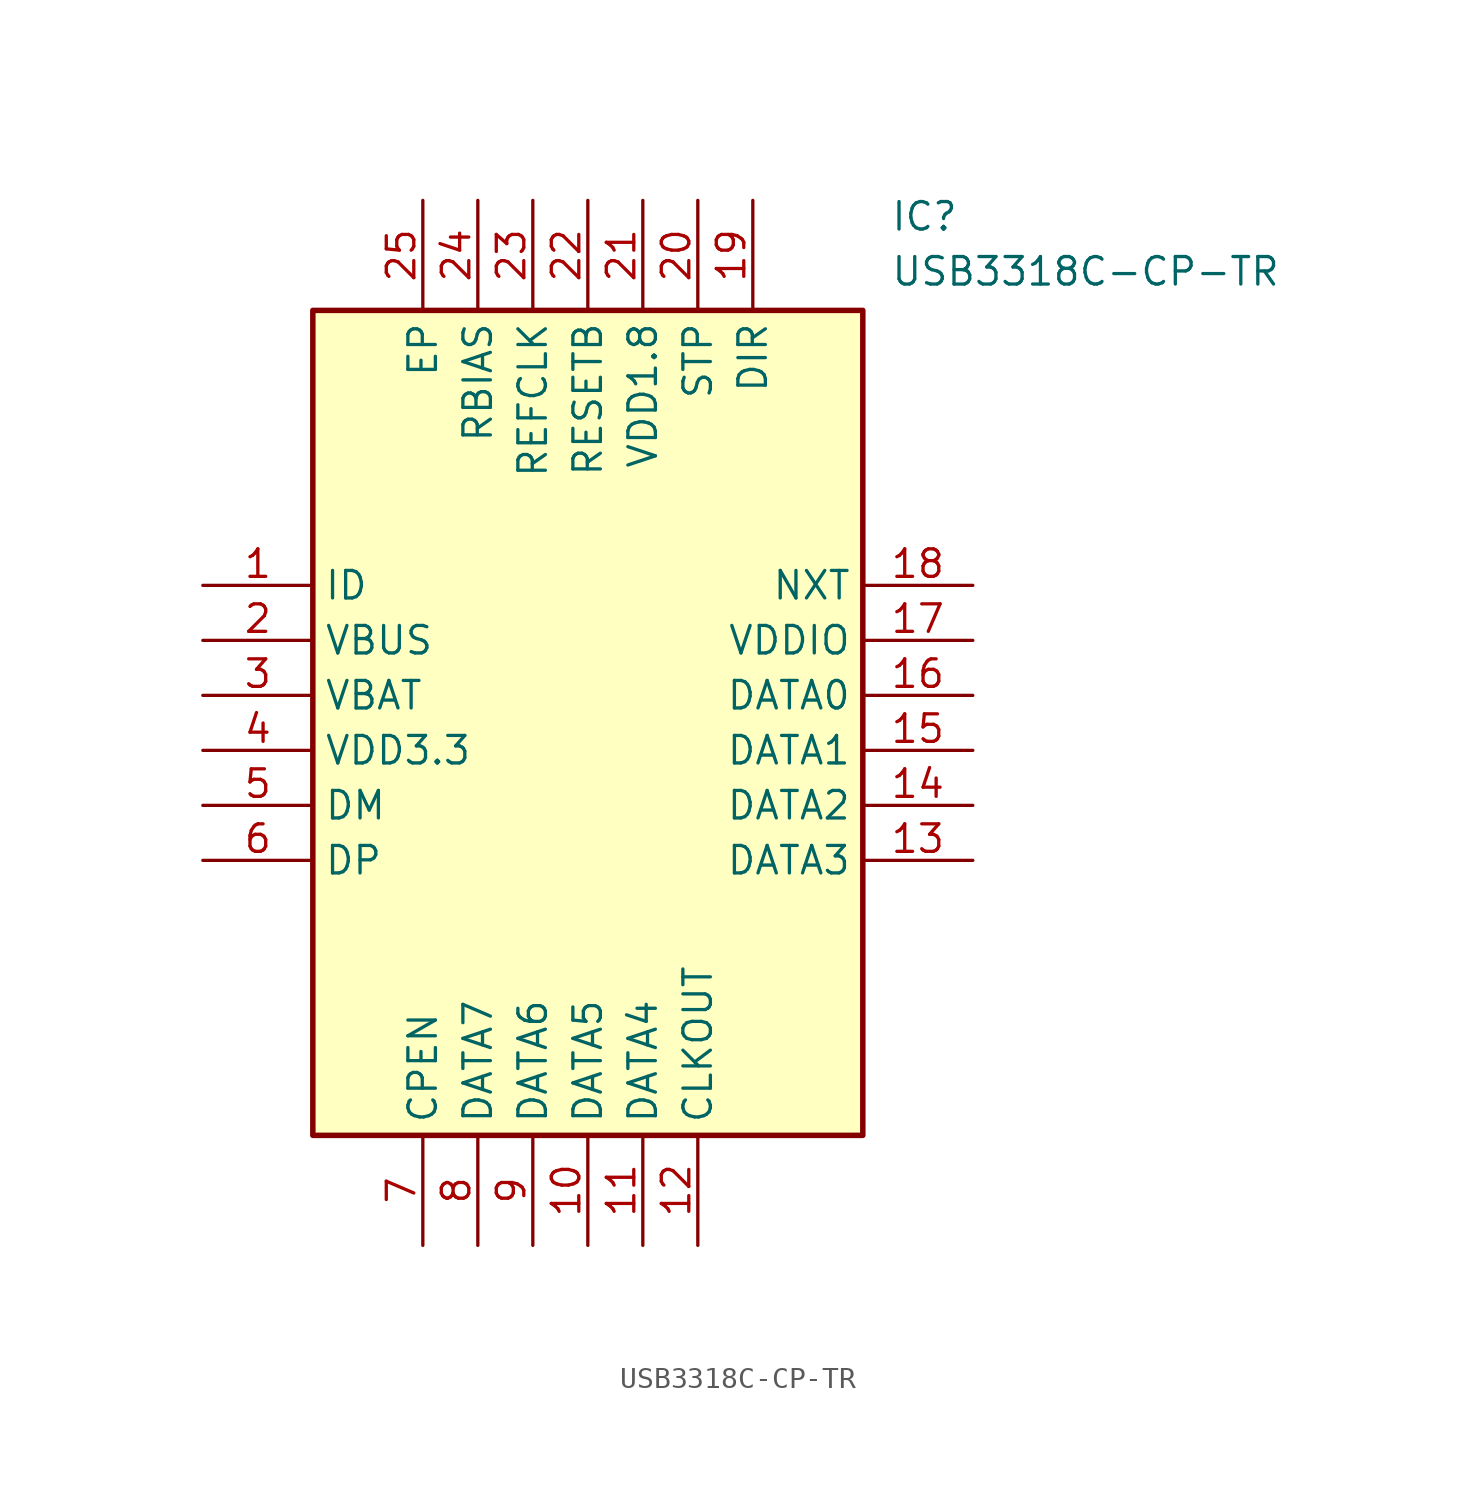
<source format=kicad_sym>
(kicad_symbol_lib
  (version 20211014)
  (generator SamacSys_ECAD_Model)
  (symbol "USB3318C-CP-TR"
    (property "Reference" "IC"
      (at 31.75 17.78 0)
      (effects (font (size 1.27 1.27)) (justify left top)))
    (property "Value" "USB3318C-CP-TR"
      (at 31.75 15.24 0)
      (effects (font (size 1.27 1.27)) (justify left top)))
    (rectangle
      (start 5.08 12.7)
      (end 30.48 -25.4)
      (stroke (width 0.254) (type default))
      (fill (type background)))
    (pin passive line
      (at 0 0 0)
      (length 5.08)
      (name "ID" (effects (font (size 1.27 1.27))))
      (number "1" (effects (font (size 1.27 1.27)))))
    (pin passive line
      (at 0 -2.54 0)
      (length 5.08)
      (name "VBUS" (effects (font (size 1.27 1.27))))
      (number "2" (effects (font (size 1.27 1.27)))))
    (pin passive line
      (at 0 -5.08 0)
      (length 5.08)
      (name "VBAT" (effects (font (size 1.27 1.27))))
      (number "3" (effects (font (size 1.27 1.27)))))
    (pin passive line
      (at 0 -7.62 0)
      (length 5.08)
      (name "VDD3.3" (effects (font (size 1.27 1.27))))
      (number "4" (effects (font (size 1.27 1.27)))))
    (pin passive line
      (at 0 -10.16 0)
      (length 5.08)
      (name "DM" (effects (font (size 1.27 1.27))))
      (number "5" (effects (font (size 1.27 1.27)))))
    (pin passive line
      (at 0 -12.7 0)
      (length 5.08)
      (name "DP" (effects (font (size 1.27 1.27))))
      (number "6" (effects (font (size 1.27 1.27)))))
    (pin passive line
      (at 10.16 -30.48 90)
      (length 5.08)
      (name "CPEN" (effects (font (size 1.27 1.27))))
      (number "7" (effects (font (size 1.27 1.27)))))
    (pin passive line
      (at 12.7 -30.48 90)
      (length 5.08)
      (name "DATA7" (effects (font (size 1.27 1.27))))
      (number "8" (effects (font (size 1.27 1.27)))))
    (pin passive line
      (at 15.24 -30.48 90)
      (length 5.08)
      (name "DATA6" (effects (font (size 1.27 1.27))))
      (number "9" (effects (font (size 1.27 1.27)))))
    (pin passive line
      (at 17.78 -30.48 90)
      (length 5.08)
      (name "DATA5" (effects (font (size 1.27 1.27))))
      (number "10" (effects (font (size 1.27 1.27)))))
    (pin passive line
      (at 20.32 -30.48 90)
      (length 5.08)
      (name "DATA4" (effects (font (size 1.27 1.27))))
      (number "11" (effects (font (size 1.27 1.27)))))
    (pin passive line
      (at 22.86 -30.48 90)
      (length 5.08)
      (name "CLKOUT" (effects (font (size 1.27 1.27))))
      (number "12" (effects (font (size 1.27 1.27)))))
    (pin passive line
      (at 35.56 0 180)
      (length 5.08)
      (name "NXT" (effects (font (size 1.27 1.27))))
      (number "18" (effects (font (size 1.27 1.27)))))
    (pin passive line
      (at 35.56 -2.54 180)
      (length 5.08)
      (name "VDDIO" (effects (font (size 1.27 1.27))))
      (number "17" (effects (font (size 1.27 1.27)))))
    (pin passive line
      (at 35.56 -5.08 180)
      (length 5.08)
      (name "DATA0" (effects (font (size 1.27 1.27))))
      (number "16" (effects (font (size 1.27 1.27)))))
    (pin passive line
      (at 35.56 -7.62 180)
      (length 5.08)
      (name "DATA1" (effects (font (size 1.27 1.27))))
      (number "15" (effects (font (size 1.27 1.27)))))
    (pin passive line
      (at 35.56 -10.16 180)
      (length 5.08)
      (name "DATA2" (effects (font (size 1.27 1.27))))
      (number "14" (effects (font (size 1.27 1.27)))))
    (pin passive line
      (at 35.56 -12.7 180)
      (length 5.08)
      (name "DATA3" (effects (font (size 1.27 1.27))))
      (number "13" (effects (font (size 1.27 1.27)))))
    (pin passive line
      (at 10.16 17.78 270)
      (length 5.08)
      (name "EP" (effects (font (size 1.27 1.27))))
      (number "25" (effects (font (size 1.27 1.27)))))
    (pin passive line
      (at 12.7 17.78 270)
      (length 5.08)
      (name "RBIAS" (effects (font (size 1.27 1.27))))
      (number "24" (effects (font (size 1.27 1.27)))))
    (pin passive line
      (at 15.24 17.78 270)
      (length 5.08)
      (name "REFCLK" (effects (font (size 1.27 1.27))))
      (number "23" (effects (font (size 1.27 1.27)))))
    (pin passive line
      (at 17.78 17.78 270)
      (length 5.08)
      (name "RESETB" (effects (font (size 1.27 1.27))))
      (number "22" (effects (font (size 1.27 1.27)))))
    (pin passive line
      (at 20.32 17.78 270)
      (length 5.08)
      (name "VDD1.8" (effects (font (size 1.27 1.27))))
      (number "21" (effects (font (size 1.27 1.27)))))
    (pin passive line
      (at 22.86 17.78 270)
      (length 5.08)
      (name "STP" (effects (font (size 1.27 1.27))))
      (number "20" (effects (font (size 1.27 1.27)))))
    (pin passive line
      (at 25.4 17.78 270)
      (length 5.08)
      (name "DIR" (effects (font (size 1.27 1.27))))
      (number "19" (effects (font (size 1.27 1.27)))))))
</source>
